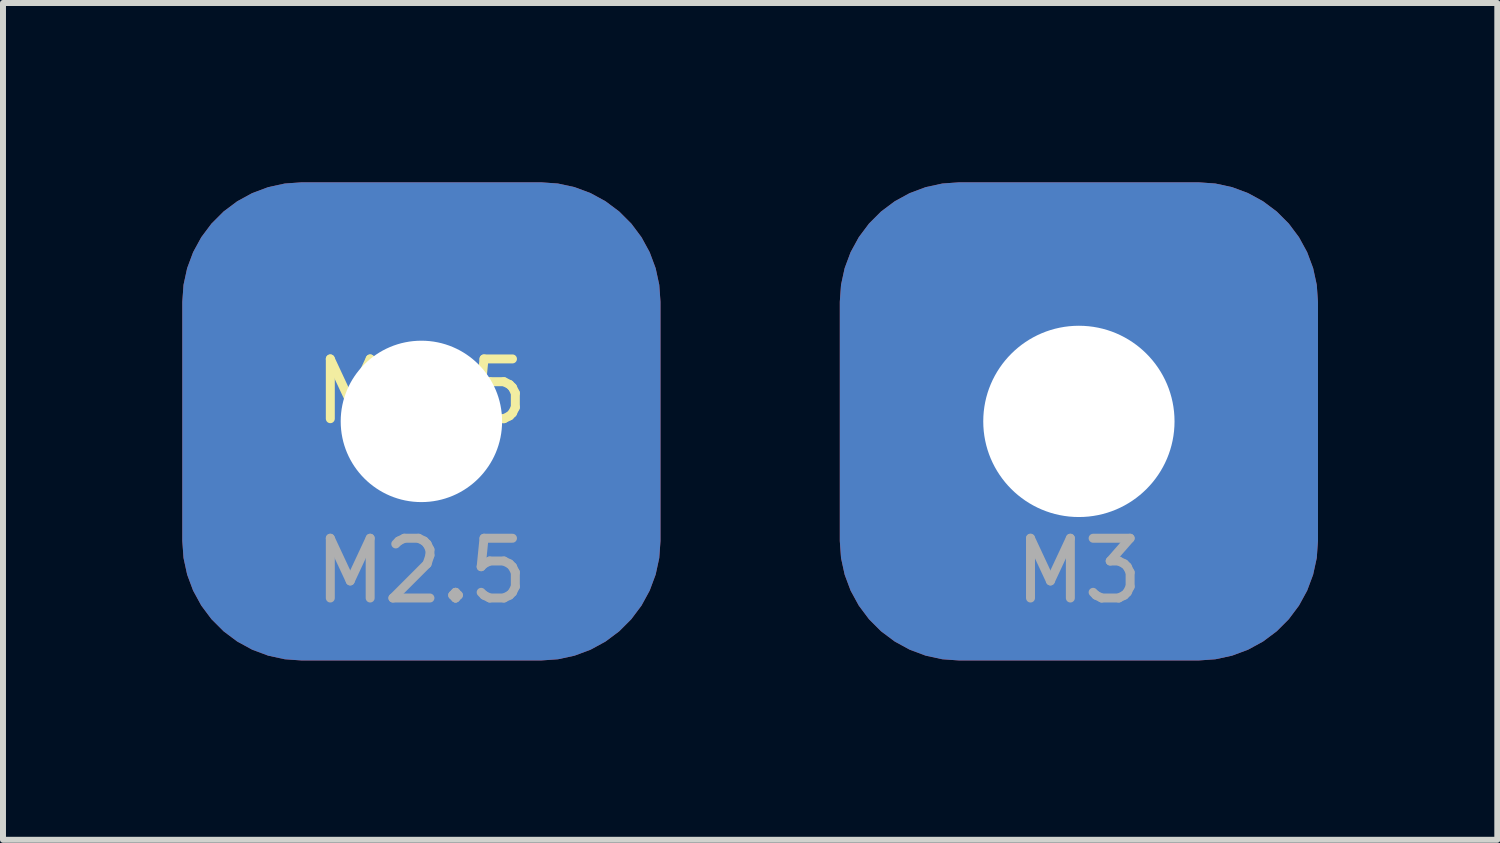
<source format=kicad_pcb>
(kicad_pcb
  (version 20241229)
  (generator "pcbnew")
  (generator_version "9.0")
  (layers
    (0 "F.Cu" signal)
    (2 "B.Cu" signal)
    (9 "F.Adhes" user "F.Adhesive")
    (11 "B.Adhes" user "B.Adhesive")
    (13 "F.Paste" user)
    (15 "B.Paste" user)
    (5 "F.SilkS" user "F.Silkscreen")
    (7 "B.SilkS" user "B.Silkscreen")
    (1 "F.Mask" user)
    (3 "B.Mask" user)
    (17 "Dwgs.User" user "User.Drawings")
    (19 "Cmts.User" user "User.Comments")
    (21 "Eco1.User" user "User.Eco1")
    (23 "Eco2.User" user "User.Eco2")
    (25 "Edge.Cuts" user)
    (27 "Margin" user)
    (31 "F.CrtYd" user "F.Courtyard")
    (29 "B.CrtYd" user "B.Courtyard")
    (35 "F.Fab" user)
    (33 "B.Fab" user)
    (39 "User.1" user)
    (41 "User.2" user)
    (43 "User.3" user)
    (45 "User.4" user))
  (footprint "M2.5"
    (layer "F.Cu")
    (at 4 4)
    (property "Reference" "M2.5" (at 0 -0.5 0) (unlocked yes) (layer "F.SilkS") (effects (font (size 1 1) (thickness 0.15))))
    (attr through_hole)
    (fp_text user "${REFERENCE}" (at 0 2.5 0) (unlocked yes) (layer "F.Fab") (effects (font (size 1 1) (thickness 0.15))))
    (pad "1" thru_hole roundrect (at 0 0) (size 8 8) (drill 2.7) (layers "*.Cu" "*.Mask") (roundrect_rratio 0.25)))
  (footprint "M3"
    (layer "F.Cu")
    (at 15 4)
    (property "Reference" "M3" (at 0 -0.5 0) (unlocked yes) (layer "F.SilkS") (effects (font (size 1 1) (thickness 0.15))))
    (attr through_hole)
    (fp_text user "${REFERENCE}" (at 0 2.5 0) (unlocked yes) (layer "F.Fab") (effects (font (size 1 1) (thickness 0.15))))
    (pad "1" thru_hole roundrect (at 0 0) (size 8 8) (drill 3.2) (layers "*.Cu" "*.Mask") (roundrect_rratio 0.25)))
  (gr_rect
    (start -3 -3)
    (end 22 11)
    (stroke (width 0.1) (type default))
    (fill no)
    (layer "Edge.Cuts")))
</source>
